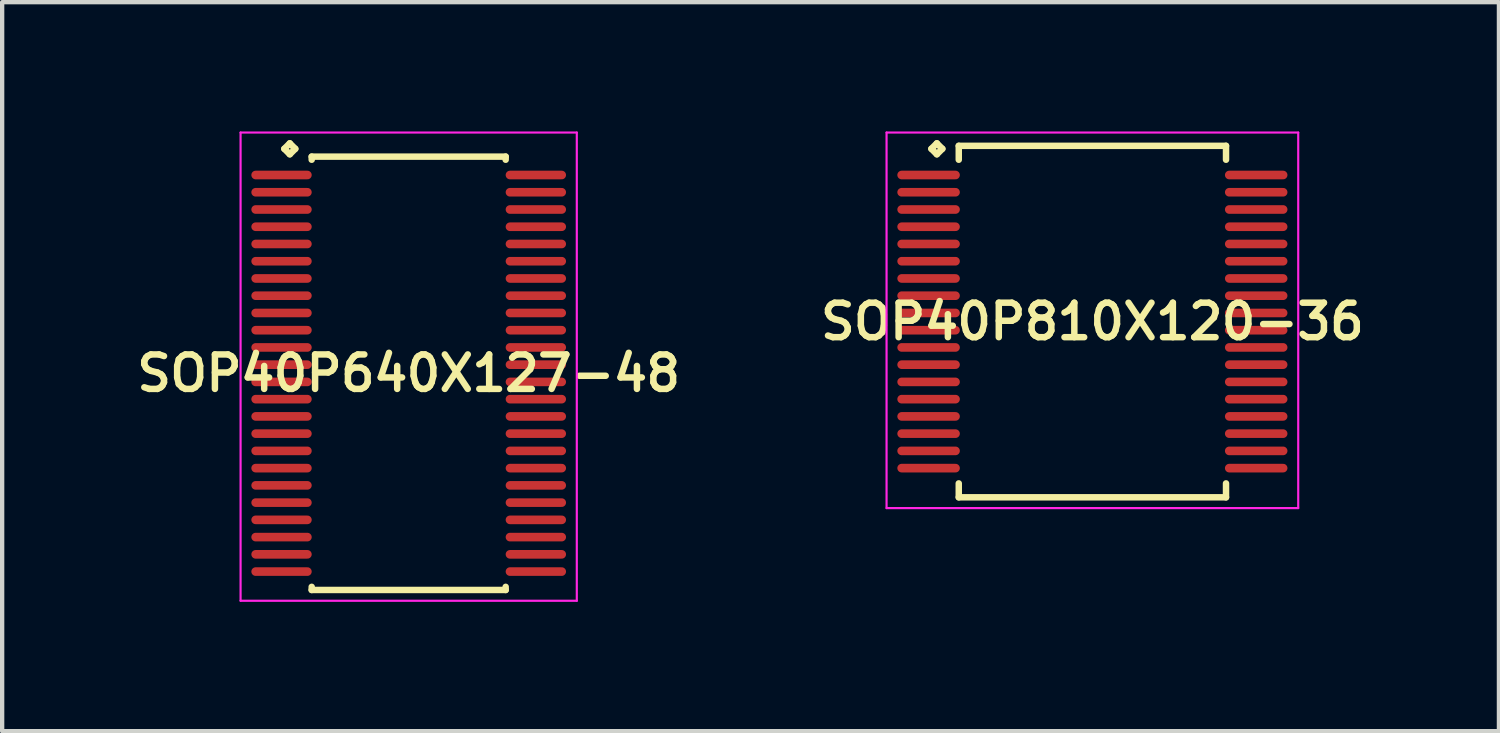
<source format=kicad_pcb>
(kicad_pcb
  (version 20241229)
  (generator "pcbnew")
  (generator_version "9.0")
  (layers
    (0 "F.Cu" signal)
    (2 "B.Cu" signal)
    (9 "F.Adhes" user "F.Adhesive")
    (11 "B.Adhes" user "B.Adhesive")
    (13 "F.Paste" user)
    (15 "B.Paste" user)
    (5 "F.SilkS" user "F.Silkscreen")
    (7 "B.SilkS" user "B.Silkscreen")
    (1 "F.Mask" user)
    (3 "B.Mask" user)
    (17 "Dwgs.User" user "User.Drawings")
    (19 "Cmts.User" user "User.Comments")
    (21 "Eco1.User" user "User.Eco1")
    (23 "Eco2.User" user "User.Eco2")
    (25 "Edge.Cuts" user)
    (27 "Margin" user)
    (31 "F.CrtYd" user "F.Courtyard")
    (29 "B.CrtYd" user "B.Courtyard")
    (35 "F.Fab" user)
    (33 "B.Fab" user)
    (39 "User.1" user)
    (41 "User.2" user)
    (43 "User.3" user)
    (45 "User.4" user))
  (footprint "SOP40P810X120-36"
    (layer "F.Cu")
    (at 22.292 4.41)
    (property "Reference" "SOP40P810X120-36" (at 0 0 0) (layer "F.SilkS") (effects (font (size 0.8 0.8) (thickness 0.15))))
    (attr smd)
    (fp_line (start -3.735 -4.008) (end -3.608 -4.135) (stroke (width 0.15) (type solid)) (layer "F.SilkS"))
    (fp_line (start -3.608 -4.135) (end -3.481 -4.008) (stroke (width 0.15) (type solid)) (layer "F.SilkS"))
    (fp_line (start -3.608 -3.881) (end -3.735 -4.008) (stroke (width 0.15) (type solid)) (layer "F.SilkS"))
    (fp_line (start -3.481 -4.008) (end -3.608 -3.881) (stroke (width 0.15) (type solid)) (layer "F.SilkS"))
    (fp_line (start -3.1 -4.077) (end 3.1 -4.077) (stroke (width 0.15) (type solid)) (layer "F.SilkS"))
    (fp_line (start -3.1 -3.754) (end -3.1 -4.077) (stroke (width 0.15) (type solid)) (layer "F.SilkS"))
    (fp_line (start -3.1 3.754) (end -3.1 4.077) (stroke (width 0.15) (type solid)) (layer "F.SilkS"))
    (fp_line (start -3.1 4.077) (end 3.1 4.077) (stroke (width 0.15) (type solid)) (layer "F.SilkS"))
    (fp_line (start 3.1 -4.077) (end 3.1 -3.754) (stroke (width 0.15) (type solid)) (layer "F.SilkS"))
    (fp_line (start 3.1 4.077) (end 3.1 3.754) (stroke (width 0.15) (type solid)) (layer "F.SilkS"))
    (fp_line (start -4.775 -4.385) (end 4.775 -4.385) (stroke (width 0.05) (type solid)) (layer "F.CrtYd"))
    (fp_line (start -4.775 4.327) (end -4.775 -4.385) (stroke (width 0.05) (type solid)) (layer "F.CrtYd"))
    (fp_line (start 4.775 -4.385) (end 4.775 4.327) (stroke (width 0.05) (type solid)) (layer "F.CrtYd"))
    (fp_line (start 4.775 4.327) (end -4.775 4.327) (stroke (width 0.05) (type solid)) (layer "F.CrtYd"))
    (pad "1" smd oval (at -3.8 -3.4) (size 1.45 0.2) (layers "F.Cu" "F.Mask" "F.Paste"))
    (pad "2" smd oval (at -3.8 -3) (size 1.45 0.2) (layers "F.Cu" "F.Mask" "F.Paste"))
    (pad "3" smd oval (at -3.8 -2.6) (size 1.45 0.2) (layers "F.Cu" "F.Mask" "F.Paste"))
    (pad "4" smd oval (at -3.8 -2.2) (size 1.45 0.2) (layers "F.Cu" "F.Mask" "F.Paste"))
    (pad "5" smd oval (at -3.8 -1.8) (size 1.45 0.2) (layers "F.Cu" "F.Mask" "F.Paste"))
    (pad "6" smd oval (at -3.8 -1.4) (size 1.45 0.2) (layers "F.Cu" "F.Mask" "F.Paste"))
    (pad "7" smd oval (at -3.8 -1) (size 1.45 0.2) (layers "F.Cu" "F.Mask" "F.Paste"))
    (pad "8" smd oval (at -3.8 -0.6) (size 1.45 0.2) (layers "F.Cu" "F.Mask" "F.Paste"))
    (pad "9" smd oval (at -3.8 -0.2) (size 1.45 0.2) (layers "F.Cu" "F.Mask" "F.Paste"))
    (pad "10" smd oval (at -3.8 0.2) (size 1.45 0.2) (layers "F.Cu" "F.Mask" "F.Paste"))
    (pad "11" smd oval (at -3.8 0.6) (size 1.45 0.2) (layers "F.Cu" "F.Mask" "F.Paste"))
    (pad "12" smd oval (at -3.8 1) (size 1.45 0.2) (layers "F.Cu" "F.Mask" "F.Paste"))
    (pad "13" smd oval (at -3.8 1.4) (size 1.45 0.2) (layers "F.Cu" "F.Mask" "F.Paste"))
    (pad "14" smd oval (at -3.8 1.8) (size 1.45 0.2) (layers "F.Cu" "F.Mask" "F.Paste"))
    (pad "15" smd oval (at -3.8 2.2) (size 1.45 0.2) (layers "F.Cu" "F.Mask" "F.Paste"))
    (pad "16" smd oval (at -3.8 2.6) (size 1.45 0.2) (layers "F.Cu" "F.Mask" "F.Paste"))
    (pad "17" smd oval (at -3.8 3) (size 1.45 0.2) (layers "F.Cu" "F.Mask" "F.Paste"))
    (pad "18" smd oval (at -3.8 3.4) (size 1.45 0.2) (layers "F.Cu" "F.Mask" "F.Paste"))
    (pad "19" smd oval (at 3.8 3.4) (size 1.45 0.2) (layers "F.Cu" "F.Mask" "F.Paste"))
    (pad "20" smd oval (at 3.8 3) (size 1.45 0.2) (layers "F.Cu" "F.Mask" "F.Paste"))
    (pad "21" smd oval (at 3.8 2.6) (size 1.45 0.2) (layers "F.Cu" "F.Mask" "F.Paste"))
    (pad "22" smd oval (at 3.8 2.2) (size 1.45 0.2) (layers "F.Cu" "F.Mask" "F.Paste"))
    (pad "23" smd oval (at 3.8 1.8) (size 1.45 0.2) (layers "F.Cu" "F.Mask" "F.Paste"))
    (pad "24" smd oval (at 3.8 1.4) (size 1.45 0.2) (layers "F.Cu" "F.Mask" "F.Paste"))
    (pad "25" smd oval (at 3.8 1) (size 1.45 0.2) (layers "F.Cu" "F.Mask" "F.Paste"))
    (pad "26" smd oval (at 3.8 0.6) (size 1.45 0.2) (layers "F.Cu" "F.Mask" "F.Paste"))
    (pad "27" smd oval (at 3.8 0.2) (size 1.45 0.2) (layers "F.Cu" "F.Mask" "F.Paste"))
    (pad "28" smd oval (at 3.8 -0.2) (size 1.45 0.2) (layers "F.Cu" "F.Mask" "F.Paste"))
    (pad "29" smd oval (at 3.8 -0.6) (size 1.45 0.2) (layers "F.Cu" "F.Mask" "F.Paste"))
    (pad "30" smd oval (at 3.8 -1) (size 1.45 0.2) (layers "F.Cu" "F.Mask" "F.Paste"))
    (pad "31" smd oval (at 3.8 -1.4) (size 1.45 0.2) (layers "F.Cu" "F.Mask" "F.Paste"))
    (pad "32" smd oval (at 3.8 -1.8) (size 1.45 0.2) (layers "F.Cu" "F.Mask" "F.Paste"))
    (pad "33" smd oval (at 3.8 -2.2) (size 1.45 0.2) (layers "F.Cu" "F.Mask" "F.Paste"))
    (pad "34" smd oval (at 3.8 -2.6) (size 1.45 0.2) (layers "F.Cu" "F.Mask" "F.Paste"))
    (pad "35" smd oval (at 3.8 -3) (size 1.45 0.2) (layers "F.Cu" "F.Mask" "F.Paste"))
    (pad "36" smd oval (at 3.8 -3.4) (size 1.45 0.2) (layers "F.Cu" "F.Mask" "F.Paste")))
  (footprint "SOP40P640X127-48"
    (layer "F.Cu")
    (at 6.431 5.61)
    (property "Reference" "SOP40P640X127-48" (at 0 0 0) (layer "F.SilkS") (effects (font (size 0.8 0.8) (thickness 0.15))))
    (attr smd)
    (fp_line (start -2.885 -5.208) (end -2.758 -5.335) (stroke (width 0.15) (type solid)) (layer "F.SilkS"))
    (fp_line (start -2.758 -5.335) (end -2.631 -5.208) (stroke (width 0.15) (type solid)) (layer "F.SilkS"))
    (fp_line (start -2.758 -5.081) (end -2.885 -5.208) (stroke (width 0.15) (type solid)) (layer "F.SilkS"))
    (fp_line (start -2.631 -5.208) (end -2.758 -5.081) (stroke (width 0.15) (type solid)) (layer "F.SilkS"))
    (fp_line (start -2.25 -5.027) (end 2.25 -5.027) (stroke (width 0.15) (type solid)) (layer "F.SilkS"))
    (fp_line (start -2.25 -4.954) (end -2.25 -5.027) (stroke (width 0.15) (type solid)) (layer "F.SilkS"))
    (fp_line (start -2.25 4.954) (end -2.25 5.027) (stroke (width 0.15) (type solid)) (layer "F.SilkS"))
    (fp_line (start -2.25 5.027) (end 2.25 5.027) (stroke (width 0.15) (type solid)) (layer "F.SilkS"))
    (fp_line (start 2.25 -5.027) (end 2.25 -4.954) (stroke (width 0.15) (type solid)) (layer "F.SilkS"))
    (fp_line (start 2.25 5.027) (end 2.25 4.954) (stroke (width 0.15) (type solid)) (layer "F.SilkS"))
    (fp_line (start -3.9 -5.585) (end 3.9 -5.585) (stroke (width 0.05) (type solid)) (layer "F.CrtYd"))
    (fp_line (start -3.9 5.277) (end -3.9 -5.585) (stroke (width 0.05) (type solid)) (layer "F.CrtYd"))
    (fp_line (start 3.9 -5.585) (end 3.9 5.277) (stroke (width 0.05) (type solid)) (layer "F.CrtYd"))
    (fp_line (start 3.9 5.277) (end -3.9 5.277) (stroke (width 0.05) (type solid)) (layer "F.CrtYd"))
    (pad "1" smd oval (at -2.95 -4.6) (size 1.4 0.2) (layers "F.Cu" "F.Mask" "F.Paste"))
    (pad "2" smd oval (at -2.95 -4.2) (size 1.4 0.2) (layers "F.Cu" "F.Mask" "F.Paste"))
    (pad "3" smd oval (at -2.95 -3.8) (size 1.4 0.2) (layers "F.Cu" "F.Mask" "F.Paste"))
    (pad "4" smd oval (at -2.95 -3.4) (size 1.4 0.2) (layers "F.Cu" "F.Mask" "F.Paste"))
    (pad "5" smd oval (at -2.95 -3) (size 1.4 0.2) (layers "F.Cu" "F.Mask" "F.Paste"))
    (pad "6" smd oval (at -2.95 -2.6) (size 1.4 0.2) (layers "F.Cu" "F.Mask" "F.Paste"))
    (pad "7" smd oval (at -2.95 -2.2) (size 1.4 0.2) (layers "F.Cu" "F.Mask" "F.Paste"))
    (pad "8" smd oval (at -2.95 -1.8) (size 1.4 0.2) (layers "F.Cu" "F.Mask" "F.Paste"))
    (pad "9" smd oval (at -2.95 -1.4) (size 1.4 0.2) (layers "F.Cu" "F.Mask" "F.Paste"))
    (pad "10" smd oval (at -2.95 -1) (size 1.4 0.2) (layers "F.Cu" "F.Mask" "F.Paste"))
    (pad "11" smd oval (at -2.95 -0.6) (size 1.4 0.2) (layers "F.Cu" "F.Mask" "F.Paste"))
    (pad "12" smd oval (at -2.95 -0.2) (size 1.4 0.2) (layers "F.Cu" "F.Mask" "F.Paste"))
    (pad "13" smd oval (at -2.95 0.2) (size 1.4 0.2) (layers "F.Cu" "F.Mask" "F.Paste"))
    (pad "14" smd oval (at -2.95 0.6) (size 1.4 0.2) (layers "F.Cu" "F.Mask" "F.Paste"))
    (pad "15" smd oval (at -2.95 1) (size 1.4 0.2) (layers "F.Cu" "F.Mask" "F.Paste"))
    (pad "16" smd oval (at -2.95 1.4) (size 1.4 0.2) (layers "F.Cu" "F.Mask" "F.Paste"))
    (pad "17" smd oval (at -2.95 1.8) (size 1.4 0.2) (layers "F.Cu" "F.Mask" "F.Paste"))
    (pad "18" smd oval (at -2.95 2.2) (size 1.4 0.2) (layers "F.Cu" "F.Mask" "F.Paste"))
    (pad "19" smd oval (at -2.95 2.6) (size 1.4 0.2) (layers "F.Cu" "F.Mask" "F.Paste"))
    (pad "20" smd oval (at -2.95 3) (size 1.4 0.2) (layers "F.Cu" "F.Mask" "F.Paste"))
    (pad "21" smd oval (at -2.95 3.4) (size 1.4 0.2) (layers "F.Cu" "F.Mask" "F.Paste"))
    (pad "22" smd oval (at -2.95 3.8) (size 1.4 0.2) (layers "F.Cu" "F.Mask" "F.Paste"))
    (pad "23" smd oval (at -2.95 4.2) (size 1.4 0.2) (layers "F.Cu" "F.Mask" "F.Paste"))
    (pad "24" smd oval (at -2.95 4.6) (size 1.4 0.2) (layers "F.Cu" "F.Mask" "F.Paste"))
    (pad "25" smd oval (at 2.95 4.6) (size 1.4 0.2) (layers "F.Cu" "F.Mask" "F.Paste"))
    (pad "26" smd oval (at 2.95 4.2) (size 1.4 0.2) (layers "F.Cu" "F.Mask" "F.Paste"))
    (pad "27" smd oval (at 2.95 3.8) (size 1.4 0.2) (layers "F.Cu" "F.Mask" "F.Paste"))
    (pad "28" smd oval (at 2.95 3.4) (size 1.4 0.2) (layers "F.Cu" "F.Mask" "F.Paste"))
    (pad "29" smd oval (at 2.95 3) (size 1.4 0.2) (layers "F.Cu" "F.Mask" "F.Paste"))
    (pad "30" smd oval (at 2.95 2.6) (size 1.4 0.2) (layers "F.Cu" "F.Mask" "F.Paste"))
    (pad "31" smd oval (at 2.95 2.2) (size 1.4 0.2) (layers "F.Cu" "F.Mask" "F.Paste"))
    (pad "32" smd oval (at 2.95 1.8) (size 1.4 0.2) (layers "F.Cu" "F.Mask" "F.Paste"))
    (pad "33" smd oval (at 2.95 1.4) (size 1.4 0.2) (layers "F.Cu" "F.Mask" "F.Paste"))
    (pad "34" smd oval (at 2.95 1) (size 1.4 0.2) (layers "F.Cu" "F.Mask" "F.Paste"))
    (pad "35" smd oval (at 2.95 0.6) (size 1.4 0.2) (layers "F.Cu" "F.Mask" "F.Paste"))
    (pad "36" smd oval (at 2.95 0.2) (size 1.4 0.2) (layers "F.Cu" "F.Mask" "F.Paste"))
    (pad "37" smd oval (at 2.95 -0.2) (size 1.4 0.2) (layers "F.Cu" "F.Mask" "F.Paste"))
    (pad "38" smd oval (at 2.95 -0.6) (size 1.4 0.2) (layers "F.Cu" "F.Mask" "F.Paste"))
    (pad "39" smd oval (at 2.95 -1) (size 1.4 0.2) (layers "F.Cu" "F.Mask" "F.Paste"))
    (pad "40" smd oval (at 2.95 -1.4) (size 1.4 0.2) (layers "F.Cu" "F.Mask" "F.Paste"))
    (pad "41" smd oval (at 2.95 -1.8) (size 1.4 0.2) (layers "F.Cu" "F.Mask" "F.Paste"))
    (pad "42" smd oval (at 2.95 -2.2) (size 1.4 0.2) (layers "F.Cu" "F.Mask" "F.Paste"))
    (pad "43" smd oval (at 2.95 -2.6) (size 1.4 0.2) (layers "F.Cu" "F.Mask" "F.Paste"))
    (pad "44" smd oval (at 2.95 -3) (size 1.4 0.2) (layers "F.Cu" "F.Mask" "F.Paste"))
    (pad "45" smd oval (at 2.95 -3.4) (size 1.4 0.2) (layers "F.Cu" "F.Mask" "F.Paste"))
    (pad "46" smd oval (at 2.95 -3.8) (size 1.4 0.2) (layers "F.Cu" "F.Mask" "F.Paste"))
    (pad "47" smd oval (at 2.95 -4.2) (size 1.4 0.2) (layers "F.Cu" "F.Mask" "F.Paste"))
    (pad "48" smd oval (at 2.95 -4.6) (size 1.4 0.2) (layers "F.Cu" "F.Mask" "F.Paste")))
  (gr_rect
    (start -3 -3)
    (end 31.723 13.912)
    (stroke (width 0.1) (type default))
    (fill no)
    (layer "Edge.Cuts")))
</source>
